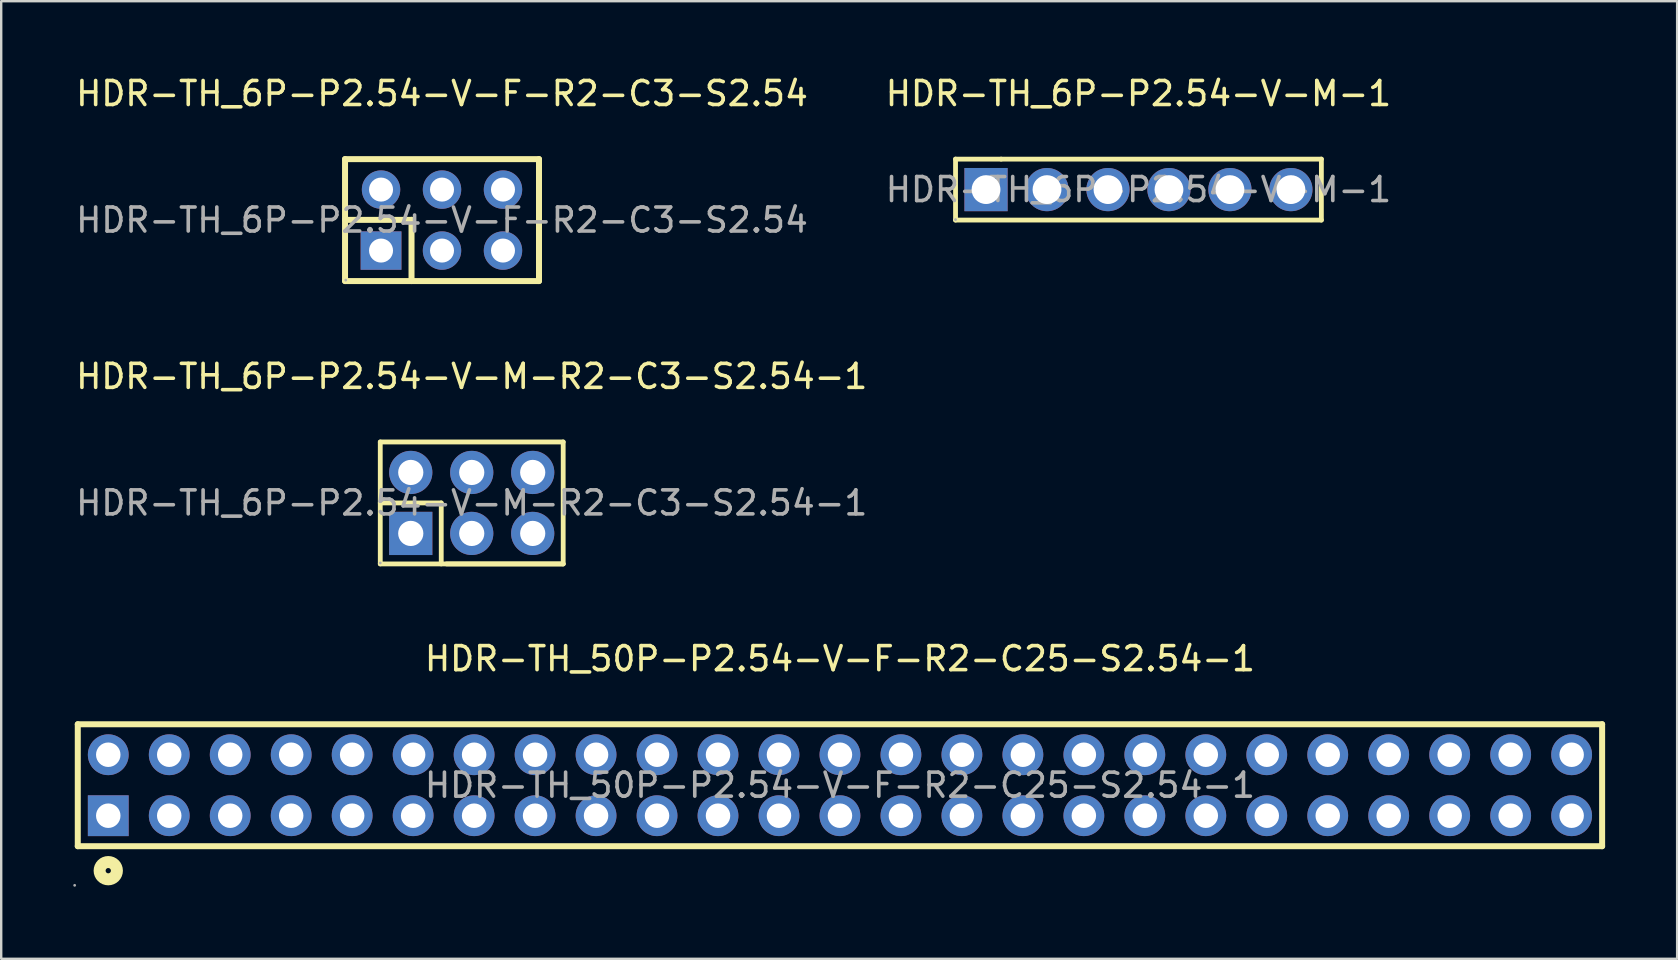
<source format=kicad_pcb>
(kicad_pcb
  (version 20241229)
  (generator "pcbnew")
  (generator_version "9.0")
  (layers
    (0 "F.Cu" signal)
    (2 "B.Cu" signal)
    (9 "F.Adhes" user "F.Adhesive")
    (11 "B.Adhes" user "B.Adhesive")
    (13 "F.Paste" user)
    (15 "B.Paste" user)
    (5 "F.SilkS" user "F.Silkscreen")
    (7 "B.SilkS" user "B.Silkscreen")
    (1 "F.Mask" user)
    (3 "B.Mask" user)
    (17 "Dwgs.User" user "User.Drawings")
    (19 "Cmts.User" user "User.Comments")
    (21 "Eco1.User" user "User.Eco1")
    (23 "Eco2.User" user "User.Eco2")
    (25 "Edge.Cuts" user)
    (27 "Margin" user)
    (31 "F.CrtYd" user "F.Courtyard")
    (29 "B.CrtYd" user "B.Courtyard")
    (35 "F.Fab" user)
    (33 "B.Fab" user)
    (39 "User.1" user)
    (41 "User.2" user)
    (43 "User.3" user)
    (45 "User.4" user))
  (footprint "HDR-TH_6P-P2.54-V-F-R2-C3-S2.54"
    (layer "F.Cu")
    (at 15.363 6.118)
    (property "Reference" "HDR-TH_6P-P2.54-V-F-R2-C3-S2.54" (at 0 -5.27 0) (layer "F.SilkS") (effects (font (size 1 1) (thickness 0.15))))
    (attr through_hole)
    (fp_line (start -4.04 -2.54) (end -4.04 2.54) (stroke (width 0.25) (type solid)) (layer "F.SilkS"))
    (fp_line (start -4.04 -2.54) (end 4.04 -2.54) (stroke (width 0.25) (type solid)) (layer "F.SilkS"))
    (fp_line (start -4.04 -0.01) (end -1.27 -0.01) (stroke (width 0.25) (type solid)) (layer "F.SilkS"))
    (fp_line (start -4.04 2.54) (end 4.04 2.54) (stroke (width 0.25) (type solid)) (layer "F.SilkS"))
    (fp_line (start -1.27 -0.01) (end -1.27 2.54) (stroke (width 0.25) (type solid)) (layer "F.SilkS"))
    (fp_line (start 4.04 -2.54) (end 4.04 2.54) (stroke (width 0.25) (type solid)) (layer "F.SilkS"))
    (fp_circle (center -4.01 2.5) (end -3.98 2.5) (stroke (width 0.06) (type solid)) (fill no) (layer "F.Fab"))
    (fp_text user "${REFERENCE}" (at 0 0 0) (layer "F.Fab") (effects (font (size 1 1) (thickness 0.15))))
    (pad "1" thru_hole rect (at -2.54 1.27) (size 1.7 1.6) (drill 1) (layers "*.Cu" "*.Paste" "*.Mask"))
    (pad "2" thru_hole circle (at -2.54 -1.27) (size 1.6 1.6) (drill 1) (layers "*.Cu" "*.Paste" "*.Mask"))
    (pad "3" thru_hole circle (at 0 1.27) (size 1.6 1.6) (drill 1) (layers "*.Cu" "*.Paste" "*.Mask"))
    (pad "4" thru_hole circle (at 0 -1.27) (size 1.6 1.6) (drill 1) (layers "*.Cu" "*.Paste" "*.Mask"))
    (pad "5" thru_hole circle (at 2.54 1.27) (size 1.6 1.6) (drill 1) (layers "*.Cu" "*.Paste" "*.Mask"))
    (pad "6" thru_hole circle (at 2.54 -1.27) (size 1.6 1.6) (drill 1) (layers "*.Cu" "*.Paste" "*.Mask")))
  (footprint "HDR-TH_50P-P2.54-V-F-R2-C25-S2.54-1"
    (layer "F.Cu")
    (at 31.94 29.66)
    (property "Reference" "HDR-TH_50P-P2.54-V-F-R2-C25-S2.54-1" (at 0 -5.27 0) (layer "F.SilkS") (effects (font (size 1 1) (thickness 0.15))))
    (attr through_hole)
    (fp_line (start -31.75 -2.54) (end -31.75 2.54) (stroke (width 0.25) (type solid)) (layer "F.SilkS"))
    (fp_line (start -31.75 2.54) (end 31.75 2.54) (stroke (width 0.25) (type solid)) (layer "F.SilkS"))
    (fp_line (start 31.75 -2.54) (end -31.75 -2.54) (stroke (width 0.25) (type solid)) (layer "F.SilkS"))
    (fp_line (start 31.75 2.54) (end 31.75 -2.54) (stroke (width 0.25) (type solid)) (layer "F.SilkS"))
    (fp_circle (center -30.48 3.56) (end -30.12 3.56) (stroke (width 0.5) (type solid)) (fill no) (layer "F.SilkS"))
    (fp_circle (center -31.88 4.17) (end -31.85 4.17) (stroke (width 0.06) (type solid)) (fill no) (layer "F.Fab"))
    (fp_circle (center -30.48 -1.27) (end -30.27 -1.27) (stroke (width 0.41) (type solid)) (fill no) (layer "F.Fab"))
    (fp_circle (center -30.48 1.27) (end -30.27 1.27) (stroke (width 0.41) (type solid)) (fill no) (layer "F.Fab"))
    (fp_circle (center -27.94 -1.27) (end -27.73 -1.27) (stroke (width 0.41) (type solid)) (fill no) (layer "F.Fab"))
    (fp_circle (center -27.94 1.27) (end -27.73 1.27) (stroke (width 0.41) (type solid)) (fill no) (layer "F.Fab"))
    (fp_circle (center -25.4 -1.27) (end -25.19 -1.27) (stroke (width 0.41) (type solid)) (fill no) (layer "F.Fab"))
    (fp_circle (center -25.4 1.27) (end -25.19 1.27) (stroke (width 0.41) (type solid)) (fill no) (layer "F.Fab"))
    (fp_circle (center -22.86 -1.27) (end -22.65 -1.27) (stroke (width 0.41) (type solid)) (fill no) (layer "F.Fab"))
    (fp_circle (center -22.86 1.27) (end -22.65 1.27) (stroke (width 0.41) (type solid)) (fill no) (layer "F.Fab"))
    (fp_circle (center -20.32 -1.27) (end -20.11 -1.27) (stroke (width 0.41) (type solid)) (fill no) (layer "F.Fab"))
    (fp_circle (center -20.32 1.27) (end -20.11 1.27) (stroke (width 0.41) (type solid)) (fill no) (layer "F.Fab"))
    (fp_circle (center -17.78 -1.27) (end -17.57 -1.27) (stroke (width 0.41) (type solid)) (fill no) (layer "F.Fab"))
    (fp_circle (center -17.78 1.27) (end -17.57 1.27) (stroke (width 0.41) (type solid)) (fill no) (layer "F.Fab"))
    (fp_circle (center -15.24 -1.27) (end -15.03 -1.27) (stroke (width 0.41) (type solid)) (fill no) (layer "F.Fab"))
    (fp_circle (center -15.24 1.27) (end -15.03 1.27) (stroke (width 0.41) (type solid)) (fill no) (layer "F.Fab"))
    (fp_circle (center -12.7 -1.27) (end -12.49 -1.27) (stroke (width 0.41) (type solid)) (fill no) (layer "F.Fab"))
    (fp_circle (center -12.7 1.27) (end -12.49 1.27) (stroke (width 0.41) (type solid)) (fill no) (layer "F.Fab"))
    (fp_circle (center -10.16 -1.27) (end -9.95 -1.27) (stroke (width 0.41) (type solid)) (fill no) (layer "F.Fab"))
    (fp_circle (center -10.16 1.27) (end -9.95 1.27) (stroke (width 0.41) (type solid)) (fill no) (layer "F.Fab"))
    (fp_circle (center -7.62 -1.27) (end -7.41 -1.27) (stroke (width 0.41) (type solid)) (fill no) (layer "F.Fab"))
    (fp_circle (center -7.62 1.27) (end -7.41 1.27) (stroke (width 0.41) (type solid)) (fill no) (layer "F.Fab"))
    (fp_circle (center -5.08 -1.27) (end -4.87 -1.27) (stroke (width 0.41) (type solid)) (fill no) (layer "F.Fab"))
    (fp_circle (center -5.08 1.27) (end -4.87 1.27) (stroke (width 0.41) (type solid)) (fill no) (layer "F.Fab"))
    (fp_circle (center -2.54 -1.27) (end -2.33 -1.27) (stroke (width 0.41) (type solid)) (fill no) (layer "F.Fab"))
    (fp_circle (center -2.54 1.27) (end -2.33 1.27) (stroke (width 0.41) (type solid)) (fill no) (layer "F.Fab"))
    (fp_circle (center 0 -1.27) (end 0.21 -1.27) (stroke (width 0.41) (type solid)) (fill no) (layer "F.Fab"))
    (fp_circle (center 0 1.27) (end 0.21 1.27) (stroke (width 0.41) (type solid)) (fill no) (layer "F.Fab"))
    (fp_circle (center 2.54 -1.27) (end 2.75 -1.27) (stroke (width 0.41) (type solid)) (fill no) (layer "F.Fab"))
    (fp_circle (center 2.54 1.27) (end 2.75 1.27) (stroke (width 0.41) (type solid)) (fill no) (layer "F.Fab"))
    (fp_circle (center 5.08 -1.27) (end 5.29 -1.27) (stroke (width 0.41) (type solid)) (fill no) (layer "F.Fab"))
    (fp_circle (center 5.08 1.27) (end 5.29 1.27) (stroke (width 0.41) (type solid)) (fill no) (layer "F.Fab"))
    (fp_circle (center 7.62 -1.27) (end 7.83 -1.27) (stroke (width 0.41) (type solid)) (fill no) (layer "F.Fab"))
    (fp_circle (center 7.62 1.27) (end 7.83 1.27) (stroke (width 0.41) (type solid)) (fill no) (layer "F.Fab"))
    (fp_circle (center 10.16 -1.27) (end 10.37 -1.27) (stroke (width 0.41) (type solid)) (fill no) (layer "F.Fab"))
    (fp_circle (center 10.16 1.27) (end 10.37 1.27) (stroke (width 0.41) (type solid)) (fill no) (layer "F.Fab"))
    (fp_circle (center 12.7 -1.27) (end 12.91 -1.27) (stroke (width 0.41) (type solid)) (fill no) (layer "F.Fab"))
    (fp_circle (center 12.7 1.27) (end 12.91 1.27) (stroke (width 0.41) (type solid)) (fill no) (layer "F.Fab"))
    (fp_circle (center 15.24 -1.27) (end 15.45 -1.27) (stroke (width 0.41) (type solid)) (fill no) (layer "F.Fab"))
    (fp_circle (center 15.24 1.27) (end 15.45 1.27) (stroke (width 0.41) (type solid)) (fill no) (layer "F.Fab"))
    (fp_circle (center 17.78 -1.27) (end 17.99 -1.27) (stroke (width 0.41) (type solid)) (fill no) (layer "F.Fab"))
    (fp_circle (center 17.78 1.27) (end 17.99 1.27) (stroke (width 0.41) (type solid)) (fill no) (layer "F.Fab"))
    (fp_circle (center 20.32 -1.27) (end 20.53 -1.27) (stroke (width 0.41) (type solid)) (fill no) (layer "F.Fab"))
    (fp_circle (center 20.32 1.27) (end 20.53 1.27) (stroke (width 0.41) (type solid)) (fill no) (layer "F.Fab"))
    (fp_circle (center 22.86 -1.27) (end 23.07 -1.27) (stroke (width 0.41) (type solid)) (fill no) (layer "F.Fab"))
    (fp_circle (center 22.86 1.27) (end 23.07 1.27) (stroke (width 0.41) (type solid)) (fill no) (layer "F.Fab"))
    (fp_circle (center 25.4 -1.27) (end 25.61 -1.27) (stroke (width 0.41) (type solid)) (fill no) (layer "F.Fab"))
    (fp_circle (center 25.4 1.27) (end 25.61 1.27) (stroke (width 0.41) (type solid)) (fill no) (layer "F.Fab"))
    (fp_circle (center 27.94 -1.27) (end 28.15 -1.27) (stroke (width 0.41) (type solid)) (fill no) (layer "F.Fab"))
    (fp_circle (center 27.94 1.27) (end 28.15 1.27) (stroke (width 0.41) (type solid)) (fill no) (layer "F.Fab"))
    (fp_circle (center 30.48 -1.27) (end 30.69 -1.27) (stroke (width 0.41) (type solid)) (fill no) (layer "F.Fab"))
    (fp_circle (center 30.48 1.27) (end 30.69 1.27) (stroke (width 0.41) (type solid)) (fill no) (layer "F.Fab"))
    (fp_text user "${REFERENCE}" (at 0 0 0) (layer "F.Fab") (effects (font (size 1 1) (thickness 0.15))))
    (pad "1" thru_hole rect (at -30.48 1.27) (size 1.7 1.7) (drill 1.02) (layers "*.Cu" "*.Paste" "*.Mask"))
    (pad "2" thru_hole circle (at -30.48 -1.27) (size 1.7 1.7) (drill 1.02) (layers "*.Cu" "*.Paste" "*.Mask"))
    (pad "3" thru_hole circle (at -27.94 1.27) (size 1.7 1.7) (drill 1.02) (layers "*.Cu" "*.Paste" "*.Mask"))
    (pad "4" thru_hole circle (at -27.94 -1.27) (size 1.7 1.7) (drill 1.02) (layers "*.Cu" "*.Paste" "*.Mask"))
    (pad "5" thru_hole circle (at -25.4 1.27) (size 1.7 1.7) (drill 1.02) (layers "*.Cu" "*.Paste" "*.Mask"))
    (pad "6" thru_hole circle (at -25.4 -1.27) (size 1.7 1.7) (drill 1.02) (layers "*.Cu" "*.Paste" "*.Mask"))
    (pad "7" thru_hole circle (at -22.86 1.27) (size 1.7 1.7) (drill 1.02) (layers "*.Cu" "*.Paste" "*.Mask"))
    (pad "8" thru_hole circle (at -22.86 -1.27) (size 1.7 1.7) (drill 1.02) (layers "*.Cu" "*.Paste" "*.Mask"))
    (pad "9" thru_hole circle (at -20.32 1.27) (size 1.7 1.7) (drill 1.02) (layers "*.Cu" "*.Paste" "*.Mask"))
    (pad "10" thru_hole circle (at -20.32 -1.27) (size 1.7 1.7) (drill 1.02) (layers "*.Cu" "*.Paste" "*.Mask"))
    (pad "11" thru_hole circle (at -17.78 1.27) (size 1.7 1.7) (drill 1.02) (layers "*.Cu" "*.Paste" "*.Mask"))
    (pad "12" thru_hole circle (at -17.78 -1.27) (size 1.7 1.7) (drill 1.02) (layers "*.Cu" "*.Paste" "*.Mask"))
    (pad "13" thru_hole circle (at -15.24 1.27) (size 1.7 1.7) (drill 1.02) (layers "*.Cu" "*.Paste" "*.Mask"))
    (pad "14" thru_hole circle (at -15.24 -1.27) (size 1.7 1.7) (drill 1.02) (layers "*.Cu" "*.Paste" "*.Mask"))
    (pad "15" thru_hole circle (at -12.7 1.27) (size 1.7 1.7) (drill 1.02) (layers "*.Cu" "*.Paste" "*.Mask"))
    (pad "16" thru_hole circle (at -12.7 -1.27) (size 1.7 1.7) (drill 1.02) (layers "*.Cu" "*.Paste" "*.Mask"))
    (pad "17" thru_hole circle (at -10.16 1.27) (size 1.7 1.7) (drill 1.02) (layers "*.Cu" "*.Paste" "*.Mask"))
    (pad "18" thru_hole circle (at -10.16 -1.27) (size 1.7 1.7) (drill 1.02) (layers "*.Cu" "*.Paste" "*.Mask"))
    (pad "19" thru_hole circle (at -7.62 1.27) (size 1.7 1.7) (drill 1.02) (layers "*.Cu" "*.Paste" "*.Mask"))
    (pad "20" thru_hole circle (at -7.62 -1.27) (size 1.7 1.7) (drill 1.02) (layers "*.Cu" "*.Paste" "*.Mask"))
    (pad "21" thru_hole circle (at -5.08 1.27) (size 1.7 1.7) (drill 1.02) (layers "*.Cu" "*.Paste" "*.Mask"))
    (pad "22" thru_hole circle (at -5.08 -1.27) (size 1.7 1.7) (drill 1.02) (layers "*.Cu" "*.Paste" "*.Mask"))
    (pad "23" thru_hole circle (at -2.54 1.27) (size 1.7 1.7) (drill 1.02) (layers "*.Cu" "*.Paste" "*.Mask"))
    (pad "24" thru_hole circle (at -2.54 -1.27) (size 1.7 1.7) (drill 1.02) (layers "*.Cu" "*.Paste" "*.Mask"))
    (pad "25" thru_hole circle (at 0 1.27) (size 1.7 1.7) (drill 1.02) (layers "*.Cu" "*.Paste" "*.Mask"))
    (pad "26" thru_hole circle (at 0 -1.27) (size 1.7 1.7) (drill 1.02) (layers "*.Cu" "*.Paste" "*.Mask"))
    (pad "27" thru_hole circle (at 2.54 1.27) (size 1.7 1.7) (drill 1.02) (layers "*.Cu" "*.Paste" "*.Mask"))
    (pad "28" thru_hole circle (at 2.54 -1.27) (size 1.7 1.7) (drill 1.02) (layers "*.Cu" "*.Paste" "*.Mask"))
    (pad "29" thru_hole circle (at 5.08 1.27) (size 1.7 1.7) (drill 1.02) (layers "*.Cu" "*.Paste" "*.Mask"))
    (pad "30" thru_hole circle (at 5.08 -1.27) (size 1.7 1.7) (drill 1.02) (layers "*.Cu" "*.Paste" "*.Mask"))
    (pad "31" thru_hole circle (at 7.62 1.27) (size 1.7 1.7) (drill 1.02) (layers "*.Cu" "*.Paste" "*.Mask"))
    (pad "32" thru_hole circle (at 7.62 -1.27) (size 1.7 1.7) (drill 1.02) (layers "*.Cu" "*.Paste" "*.Mask"))
    (pad "33" thru_hole circle (at 10.16 1.27) (size 1.7 1.7) (drill 1.02) (layers "*.Cu" "*.Paste" "*.Mask"))
    (pad "34" thru_hole circle (at 10.16 -1.27) (size 1.7 1.7) (drill 1.02) (layers "*.Cu" "*.Paste" "*.Mask"))
    (pad "35" thru_hole circle (at 12.7 1.27) (size 1.7 1.7) (drill 1.02) (layers "*.Cu" "*.Paste" "*.Mask"))
    (pad "36" thru_hole circle (at 12.7 -1.27) (size 1.7 1.7) (drill 1.02) (layers "*.Cu" "*.Paste" "*.Mask"))
    (pad "37" thru_hole circle (at 15.24 1.27) (size 1.7 1.7) (drill 1.02) (layers "*.Cu" "*.Paste" "*.Mask"))
    (pad "38" thru_hole circle (at 15.24 -1.27) (size 1.7 1.7) (drill 1.02) (layers "*.Cu" "*.Paste" "*.Mask"))
    (pad "39" thru_hole circle (at 17.78 1.27) (size 1.7 1.7) (drill 1.02) (layers "*.Cu" "*.Paste" "*.Mask"))
    (pad "40" thru_hole circle (at 17.78 -1.27) (size 1.7 1.7) (drill 1.02) (layers "*.Cu" "*.Paste" "*.Mask"))
    (pad "41" thru_hole circle (at 20.32 1.27) (size 1.7 1.7) (drill 1.02) (layers "*.Cu" "*.Paste" "*.Mask"))
    (pad "42" thru_hole circle (at 20.32 -1.27) (size 1.7 1.7) (drill 1.02) (layers "*.Cu" "*.Paste" "*.Mask"))
    (pad "43" thru_hole circle (at 22.86 1.27) (size 1.7 1.7) (drill 1.02) (layers "*.Cu" "*.Paste" "*.Mask"))
    (pad "44" thru_hole circle (at 22.86 -1.27) (size 1.7 1.7) (drill 1.02) (layers "*.Cu" "*.Paste" "*.Mask"))
    (pad "45" thru_hole circle (at 25.4 1.27) (size 1.7 1.7) (drill 1.02) (layers "*.Cu" "*.Paste" "*.Mask"))
    (pad "46" thru_hole circle (at 25.4 -1.27) (size 1.7 1.7) (drill 1.02) (layers "*.Cu" "*.Paste" "*.Mask"))
    (pad "47" thru_hole circle (at 27.94 1.27) (size 1.7 1.7) (drill 1.02) (layers "*.Cu" "*.Paste" "*.Mask"))
    (pad "48" thru_hole circle (at 27.94 -1.27) (size 1.7 1.7) (drill 1.02) (layers "*.Cu" "*.Paste" "*.Mask"))
    (pad "49" thru_hole circle (at 30.48 1.27) (size 1.7 1.7) (drill 1.02) (layers "*.Cu" "*.Paste" "*.Mask"))
    (pad "50" thru_hole circle (at 30.48 -1.27) (size 1.7 1.7) (drill 1.02) (layers "*.Cu" "*.Paste" "*.Mask")))
  (footprint "HDR-TH_6P-P2.54-V-M-R2-C3-S2.54-1"
    (layer "F.Cu")
    (at 16.601 17.901)
    (property "Reference" "HDR-TH_6P-P2.54-V-M-R2-C3-S2.54-1" (at 0 -5.27 0) (layer "F.SilkS") (effects (font (size 1 1) (thickness 0.15))))
    (attr through_hole)
    (fp_line (start -3.81 -2.54) (end -3.81 2.54) (stroke (width 0.2) (type solid)) (layer "F.SilkS"))
    (fp_line (start -3.81 0) (end -1.27 0) (stroke (width 0.2) (type solid)) (layer "F.SilkS"))
    (fp_line (start -3.81 2.54) (end 3.81 2.54) (stroke (width 0.2) (type solid)) (layer "F.SilkS"))
    (fp_line (start -1.27 0) (end -1.27 2.54) (stroke (width 0.2) (type solid)) (layer "F.SilkS"))
    (fp_line (start 3.81 -2.54) (end -3.81 -2.54) (stroke (width 0.2) (type solid)) (layer "F.SilkS"))
    (fp_line (start 3.81 2.54) (end -1.05 2.54) (stroke (width 0.2) (type solid)) (layer "F.SilkS"))
    (fp_line (start 3.81 2.54) (end 3.81 -2.54) (stroke (width 0.2) (type solid)) (layer "F.SilkS"))
    (fp_circle (center -3.81 2.5) (end -3.78 2.5) (stroke (width 0.06) (type solid)) (fill no) (layer "F.Fab"))
    (fp_text user "${REFERENCE}" (at 0 0 0) (layer "F.Fab") (effects (font (size 1 1) (thickness 0.15))))
    (pad "1" thru_hole rect (at -2.54 1.27) (size 1.8 1.8) (drill 1.05) (layers "*.Cu" "*.Paste" "*.Mask"))
    (pad "2" thru_hole circle (at -2.54 -1.27) (size 1.8 1.8) (drill 1.05) (layers "*.Cu" "*.Paste" "*.Mask"))
    (pad "3" thru_hole circle (at 0 1.27) (size 1.8 1.8) (drill 1.05) (layers "*.Cu" "*.Paste" "*.Mask"))
    (pad "4" thru_hole circle (at 0 -1.27) (size 1.8 1.8) (drill 1.05) (layers "*.Cu" "*.Paste" "*.Mask"))
    (pad "5" thru_hole circle (at 2.54 1.27) (size 1.8 1.8) (drill 1.05) (layers "*.Cu" "*.Paste" "*.Mask"))
    (pad "6" thru_hole circle (at 2.54 -1.27) (size 1.8 1.8) (drill 1.05) (layers "*.Cu" "*.Paste" "*.Mask")))
  (footprint "HDR-TH_6P-P2.54-V-M-1"
    (layer "F.Cu")
    (at 44.375 4.848)
    (property "Reference" "HDR-TH_6P-P2.54-V-M-1" (at 0 -4 0) (layer "F.SilkS") (effects (font (size 1 1) (thickness 0.15))))
    (attr through_hole)
    (fp_line (start -7.62 -1.27) (end -7.62 1.27) (stroke (width 0.2) (type solid)) (layer "F.SilkS"))
    (fp_line (start -7.62 1.27) (end 7.62 1.27) (stroke (width 0.2) (type solid)) (layer "F.SilkS"))
    (fp_line (start -5.72 -1.27) (end -7.62 -1.27) (stroke (width 0.2) (type solid)) (layer "F.SilkS"))
    (fp_line (start 7.62 -1.27) (end -5.72 -1.27) (stroke (width 0.2) (type solid)) (layer "F.SilkS"))
    (fp_line (start 7.62 1.27) (end 7.62 -1.27) (stroke (width 0.2) (type solid)) (layer "F.SilkS"))
    (fp_circle (center -7.62 1.25) (end -7.59 1.25) (stroke (width 0.06) (type solid)) (fill no) (layer "F.Fab"))
    (fp_text user "${REFERENCE}" (at 0 0 0) (layer "F.Fab") (effects (font (size 1 1) (thickness 0.15))))
    (pad "1" thru_hole rect (at -6.35 0) (size 1.8 1.8) (drill 1.2) (layers "*.Cu" "*.Paste" "*.Mask"))
    (pad "2" thru_hole circle (at -3.81 0) (size 1.8 1.8) (drill 1.2) (layers "*.Cu" "*.Paste" "*.Mask"))
    (pad "3" thru_hole circle (at -1.27 0) (size 1.8 1.8) (drill 1.2) (layers "*.Cu" "*.Paste" "*.Mask"))
    (pad "4" thru_hole circle (at 1.27 0) (size 1.8 1.8) (drill 1.2) (layers "*.Cu" "*.Paste" "*.Mask"))
    (pad "5" thru_hole circle (at 3.81 0) (size 1.8 1.8) (drill 1.2) (layers "*.Cu" "*.Paste" "*.Mask"))
    (pad "6" thru_hole circle (at 6.35 0) (size 1.8 1.8) (drill 1.2) (layers "*.Cu" "*.Paste" "*.Mask")))
  (gr_rect
    (start -3 -3)
    (end 66.815 36.89)
    (stroke (width 0.1) (type default))
    (fill no)
    (layer "Edge.Cuts")))
</source>
